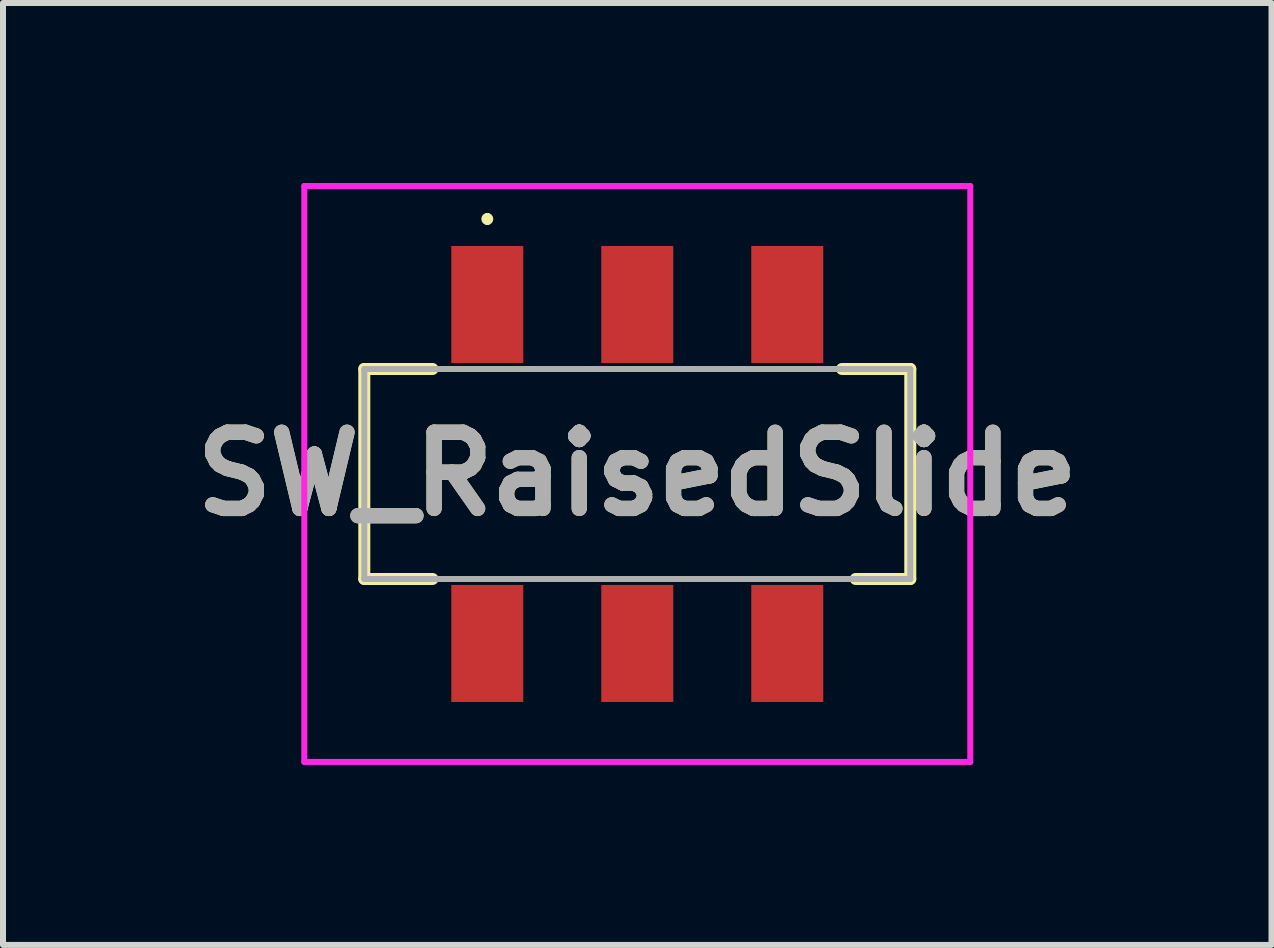
<source format=kicad_pcb>
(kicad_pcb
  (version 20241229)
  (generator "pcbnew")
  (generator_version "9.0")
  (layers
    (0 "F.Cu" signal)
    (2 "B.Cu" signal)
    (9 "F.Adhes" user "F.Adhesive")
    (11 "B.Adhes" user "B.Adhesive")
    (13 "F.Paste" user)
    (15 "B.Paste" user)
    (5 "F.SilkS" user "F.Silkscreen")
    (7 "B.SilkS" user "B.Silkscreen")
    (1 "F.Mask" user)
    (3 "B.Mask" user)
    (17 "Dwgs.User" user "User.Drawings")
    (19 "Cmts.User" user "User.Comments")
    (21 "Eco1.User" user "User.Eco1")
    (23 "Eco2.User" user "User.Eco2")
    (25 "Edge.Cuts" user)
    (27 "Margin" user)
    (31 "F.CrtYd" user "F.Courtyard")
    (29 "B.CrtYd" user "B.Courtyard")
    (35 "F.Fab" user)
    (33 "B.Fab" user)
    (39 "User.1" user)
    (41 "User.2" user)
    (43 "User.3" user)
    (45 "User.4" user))
  (footprint "SW_RaisedSlide"
    (layer "F.Cu")
    (at 7.572 4.85)
    (property "Reference" "SW_RaisedSlide" (at 0 0 0) (layer "F.SilkS") (effects (font (size 1.27 1.27) (thickness 0.254))))
    (attr smd)
    (fp_line (start -4.55 -1.75) (end -4.55 1.75) (stroke (width 0.2) (type solid)) (layer "F.SilkS"))
    (fp_line (start -4.55 1.75) (end -3.413 1.75) (stroke (width 0.2) (type solid)) (layer "F.SilkS"))
    (fp_line (start -4.095 -1.75) (end -3.413 -1.75) (stroke (width 0.2) (type solid)) (layer "F.SilkS"))
    (fp_line (start -3.64 -1.75) (end -4.55 -1.75) (stroke (width 0.2) (type solid)) (layer "F.SilkS"))
    (fp_line (start -2.5 -4.3) (end -2.5 -4.3) (stroke (width 0.1) (type solid)) (layer "F.SilkS"))
    (fp_line (start -2.5 -4.2) (end -2.5 -4.2) (stroke (width 0.1) (type solid)) (layer "F.SilkS"))
    (fp_line (start 3.64 1.75) (end 4.55 1.75) (stroke (width 0.2) (type solid)) (layer "F.SilkS"))
    (fp_line (start 4.55 -1.75) (end 3.412 -1.75) (stroke (width 0.2) (type solid)) (layer "F.SilkS"))
    (fp_line (start 4.55 1.75) (end 4.55 -1.75) (stroke (width 0.2) (type solid)) (layer "F.SilkS"))
    (fp_arc (start -2.5 -4.3) (mid -2.45 -4.25) (end -2.5 -4.2) (stroke (width 0.1) (type solid)) (layer "F.SilkS"))
    (fp_arc (start -2.5 -4.2) (mid -2.55 -4.25) (end -2.5 -4.3) (stroke (width 0.1) (type solid)) (layer "F.SilkS"))
    (fp_line (start -5.55 -4.8) (end 5.55 -4.8) (stroke (width 0.1) (type solid)) (layer "F.CrtYd"))
    (fp_line (start -5.55 4.8) (end -5.55 -4.8) (stroke (width 0.1) (type solid)) (layer "F.CrtYd"))
    (fp_line (start 5.55 -4.8) (end 5.55 4.8) (stroke (width 0.1) (type solid)) (layer "F.CrtYd"))
    (fp_line (start 5.55 4.8) (end -5.55 4.8) (stroke (width 0.1) (type solid)) (layer "F.CrtYd"))
    (fp_line (start -4.55 -1.75) (end 4.55 -1.75) (stroke (width 0.1) (type solid)) (layer "F.Fab"))
    (fp_line (start -4.55 1.75) (end -4.55 -1.75) (stroke (width 0.1) (type solid)) (layer "F.Fab"))
    (fp_line (start 4.55 -1.75) (end 4.55 1.75) (stroke (width 0.1) (type solid)) (layer "F.Fab"))
    (fp_line (start 4.55 1.75) (end -4.55 1.75) (stroke (width 0.1) (type solid)) (layer "F.Fab"))
    (fp_text user "${REFERENCE}" (at 0 0 0) (layer "F.Fab") (effects (font (size 1.27 1.27) (thickness 0.254))))
    (pad "1" smd rect (at -2.5 -2.825) (size 1.2 1.95) (layers "F.Cu" "F.Mask" "F.Paste"))
    (pad "2" smd rect (at 0 -2.825) (size 1.2 1.95) (layers "F.Cu" "F.Mask" "F.Paste"))
    (pad "3" smd rect (at 2.5 -2.825) (size 1.2 1.95) (layers "F.Cu" "F.Mask" "F.Paste"))
    (pad "4" smd rect (at -2.5 2.825) (size 1.2 1.95) (layers "F.Cu" "F.Mask" "F.Paste"))
    (pad "5" smd rect (at 0 2.825) (size 1.2 1.95) (layers "F.Cu" "F.Mask" "F.Paste"))
    (pad "6" smd rect (at 2.5 2.825) (size 1.2 1.95) (layers "F.Cu" "F.Mask" "F.Paste")))
  (gr_rect
    (start -3 -3)
    (end 18.143 12.7)
    (stroke (width 0.1) (type default))
    (fill no)
    (layer "Edge.Cuts")))
</source>
